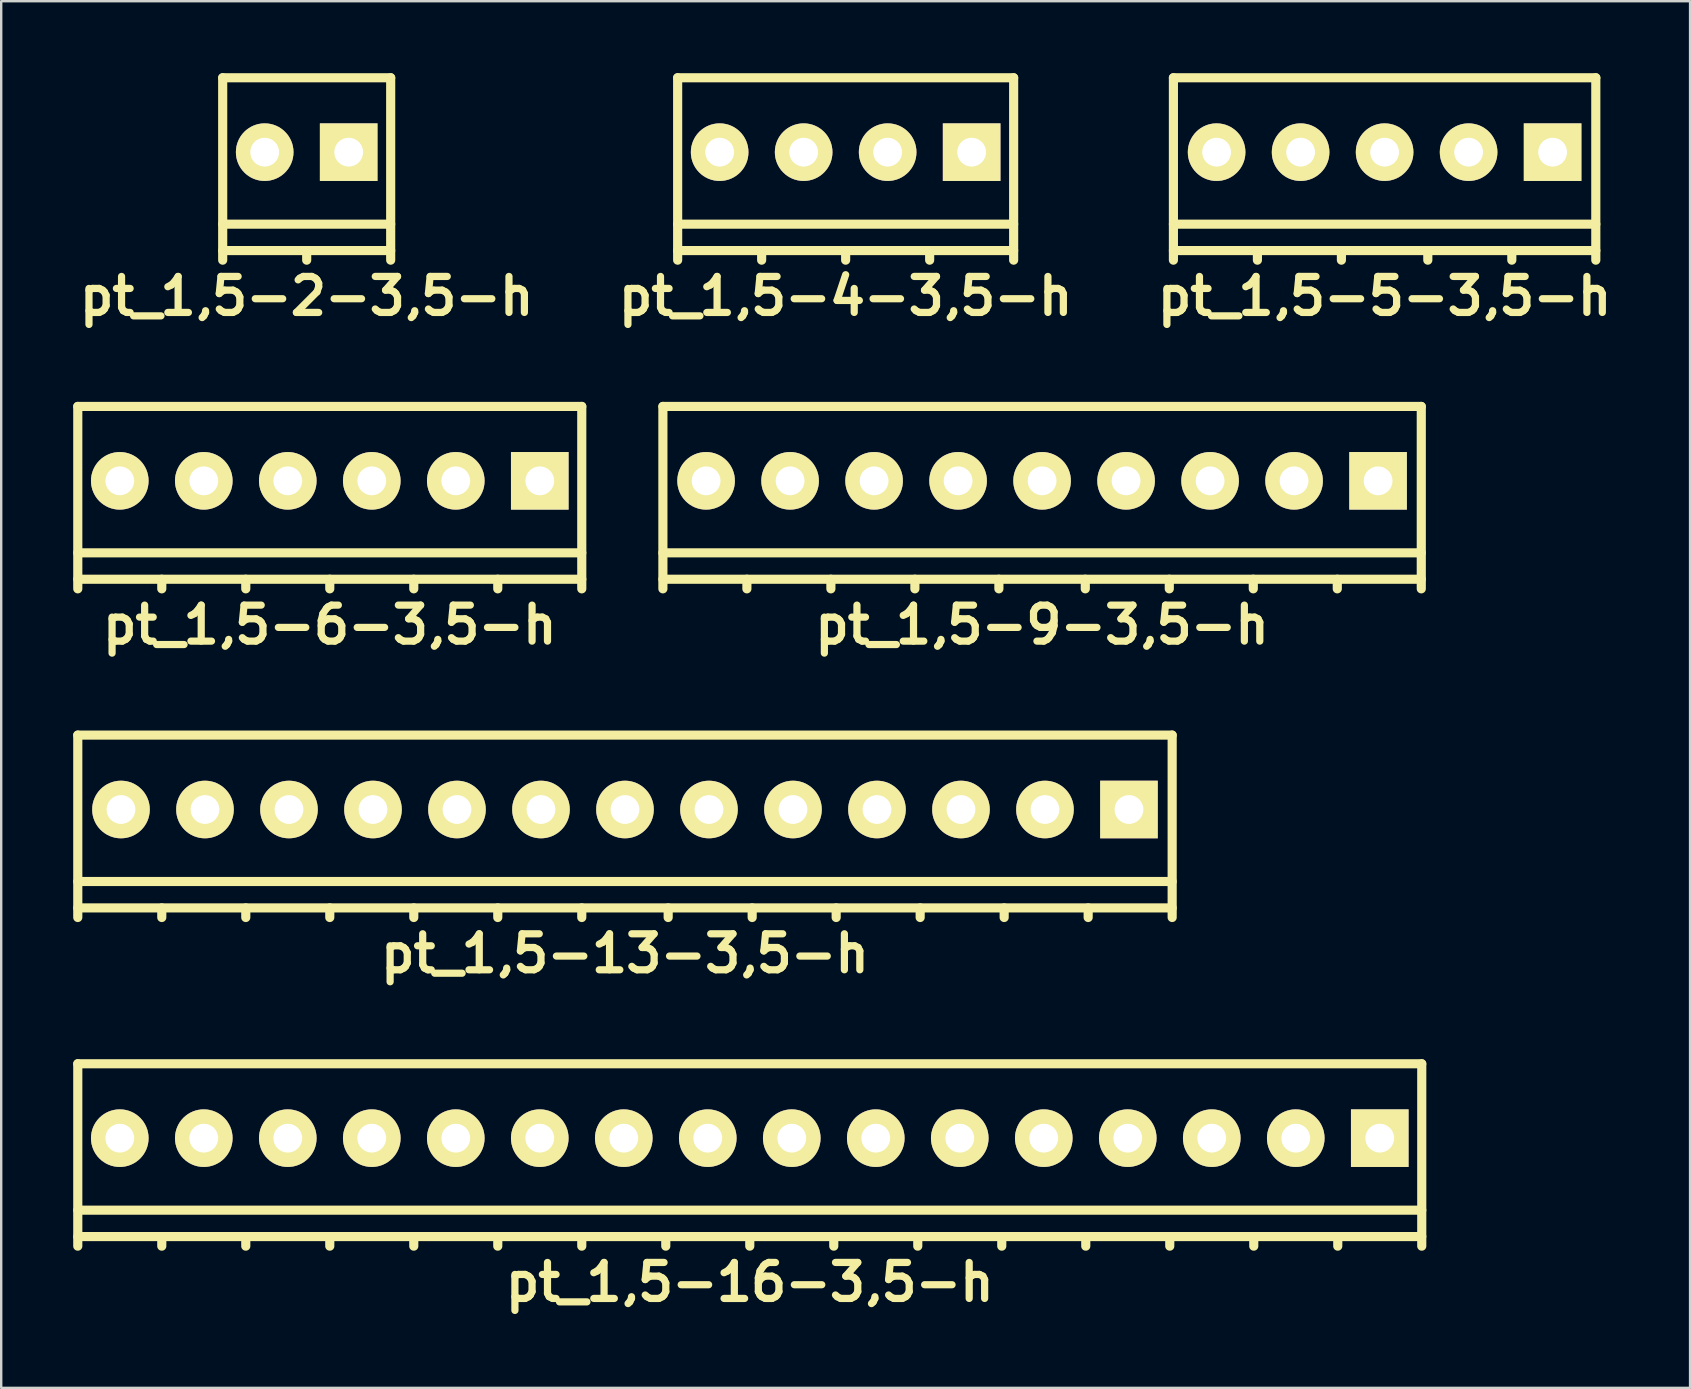
<source format=kicad_pcb>
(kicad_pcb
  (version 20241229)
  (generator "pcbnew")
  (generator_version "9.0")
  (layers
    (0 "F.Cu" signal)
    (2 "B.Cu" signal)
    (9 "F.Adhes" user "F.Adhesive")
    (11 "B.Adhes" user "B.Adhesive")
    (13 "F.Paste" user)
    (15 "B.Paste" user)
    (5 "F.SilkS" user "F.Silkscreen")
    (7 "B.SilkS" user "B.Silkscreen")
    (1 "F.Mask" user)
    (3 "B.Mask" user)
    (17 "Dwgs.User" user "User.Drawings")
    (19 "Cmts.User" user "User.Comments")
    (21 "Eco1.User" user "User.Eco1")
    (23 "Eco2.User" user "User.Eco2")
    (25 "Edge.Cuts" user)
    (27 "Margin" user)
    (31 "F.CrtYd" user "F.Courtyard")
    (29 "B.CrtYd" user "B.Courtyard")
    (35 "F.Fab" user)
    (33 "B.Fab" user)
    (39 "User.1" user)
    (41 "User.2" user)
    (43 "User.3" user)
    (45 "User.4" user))
  (footprint "pt_1,5-4-3,5-h"
    (layer "F.Cu")
    (at 32.186 3.99)
    (property "Reference" "pt_1,5-4-3,5-h" (at 0 5.3 0) (layer "F.SilkS") (effects (font (size 1.5 1.5) (thickness 0.3))))
    (attr through_hole)
    (fp_line (start -7 -3.8) (end -7 3.8) (stroke (width 0.381) (type solid)) (layer "F.SilkS"))
    (fp_line (start -7 2.3) (end 7 2.3) (stroke (width 0.381) (type solid)) (layer "F.SilkS"))
    (fp_line (start -7 3.4) (end 7 3.4) (stroke (width 0.381) (type solid)) (layer "F.SilkS"))
    (fp_line (start -3.5 3.4) (end -3.5 3.8) (stroke (width 0.381) (type solid)) (layer "F.SilkS"))
    (fp_line (start 0 3.4) (end 0 3.8) (stroke (width 0.381) (type solid)) (layer "F.SilkS"))
    (fp_line (start 3.5 3.4) (end 3.5 3.8) (stroke (width 0.381) (type solid)) (layer "F.SilkS"))
    (fp_line (start 7 -3.8) (end -7 -3.8) (stroke (width 0.381) (type solid)) (layer "F.SilkS"))
    (fp_line (start 7 3.8) (end 7 -3.8) (stroke (width 0.381) (type solid)) (layer "F.SilkS"))
    (pad "1" thru_hole rect (at 5.25 -0.7) (size 2.4 2.4) (drill 1.2) (layers "*.Cu" "*.Mask" "F.SilkS"))
    (pad "2" thru_hole circle (at 1.75 -0.7) (size 2.4 2.4) (drill 1.2) (layers "*.Cu" "*.Mask" "F.SilkS"))
    (pad "3" thru_hole circle (at -1.75 -0.7) (size 2.4 2.4) (drill 1.2) (layers "*.Cu" "*.Mask" "F.SilkS"))
    (pad "4" thru_hole circle (at -5.25 -0.7) (size 2.4 2.4) (drill 1.2) (layers "*.Cu" "*.Mask" "F.SilkS")))
  (footprint "pt_1,5-13-3,5-h"
    (layer "F.Cu")
    (at 22.991 31.38)
    (property "Reference" "pt_1,5-13-3,5-h" (at 0 5.3 0) (layer "F.SilkS") (effects (font (size 1.5 1.5) (thickness 0.3))))
    (attr through_hole)
    (fp_line (start -22.8 -3.8) (end -22.8 3.8) (stroke (width 0.381) (type solid)) (layer "F.SilkS"))
    (fp_line (start -22.8 2.3) (end 22.8 2.3) (stroke (width 0.381) (type solid)) (layer "F.SilkS"))
    (fp_line (start -22.8 3.4) (end 22.8 3.4) (stroke (width 0.381) (type solid)) (layer "F.SilkS"))
    (fp_line (start -19.3 3.4) (end -19.3 3.8) (stroke (width 0.381) (type solid)) (layer "F.SilkS"))
    (fp_line (start -15.8 3.4) (end -15.8 3.8) (stroke (width 0.381) (type solid)) (layer "F.SilkS"))
    (fp_line (start -12.3 3.4) (end -12.3 3.8) (stroke (width 0.381) (type solid)) (layer "F.SilkS"))
    (fp_line (start -8.8 3.4) (end -8.8 3.8) (stroke (width 0.381) (type solid)) (layer "F.SilkS"))
    (fp_line (start -5.3 3.4) (end -5.3 3.8) (stroke (width 0.381) (type solid)) (layer "F.SilkS"))
    (fp_line (start -1.8 3.4) (end -1.8 3.8) (stroke (width 0.381) (type solid)) (layer "F.SilkS"))
    (fp_line (start 1.8 3.4) (end 1.8 3.8) (stroke (width 0.381) (type solid)) (layer "F.SilkS"))
    (fp_line (start 5.3 3.4) (end 5.3 3.8) (stroke (width 0.381) (type solid)) (layer "F.SilkS"))
    (fp_line (start 8.8 3.4) (end 8.8 3.8) (stroke (width 0.381) (type solid)) (layer "F.SilkS"))
    (fp_line (start 12.3 3.4) (end 12.3 3.8) (stroke (width 0.381) (type solid)) (layer "F.SilkS"))
    (fp_line (start 15.8 3.4) (end 15.8 3.8) (stroke (width 0.381) (type solid)) (layer "F.SilkS"))
    (fp_line (start 19.3 3.4) (end 19.3 3.8) (stroke (width 0.381) (type solid)) (layer "F.SilkS"))
    (fp_line (start 22.8 -3.8) (end -22.8 -3.8) (stroke (width 0.381) (type solid)) (layer "F.SilkS"))
    (fp_line (start 22.8 3.8) (end 22.8 -3.8) (stroke (width 0.381) (type solid)) (layer "F.SilkS"))
    (pad "1" thru_hole rect (at 21 -0.7) (size 2.4 2.4) (drill 1.2) (layers "*.Cu" "*.Mask" "F.SilkS"))
    (pad "2" thru_hole circle (at 17.5 -0.7) (size 2.4 2.4) (drill 1.2) (layers "*.Cu" "*.Mask" "F.SilkS"))
    (pad "3" thru_hole circle (at 14 -0.7) (size 2.4 2.4) (drill 1.2) (layers "*.Cu" "*.Mask" "F.SilkS"))
    (pad "4" thru_hole circle (at 10.5 -0.7) (size 2.4 2.4) (drill 1.2) (layers "*.Cu" "*.Mask" "F.SilkS"))
    (pad "5" thru_hole circle (at 7 -0.7) (size 2.4 2.4) (drill 1.2) (layers "*.Cu" "*.Mask" "F.SilkS"))
    (pad "6" thru_hole circle (at 3.5 -0.7) (size 2.4 2.4) (drill 1.2) (layers "*.Cu" "*.Mask" "F.SilkS"))
    (pad "7" thru_hole circle (at 0 -0.7) (size 2.4 2.4) (drill 1.2) (layers "*.Cu" "*.Mask" "F.SilkS"))
    (pad "8" thru_hole circle (at -3.5 -0.7) (size 2.4 2.4) (drill 1.2) (layers "*.Cu" "*.Mask" "F.SilkS"))
    (pad "9" thru_hole circle (at -7 -0.7) (size 2.4 2.4) (drill 1.2) (layers "*.Cu" "*.Mask" "F.SilkS"))
    (pad "10" thru_hole circle (at -10.5 -0.7) (size 2.4 2.4) (drill 1.2) (layers "*.Cu" "*.Mask" "F.SilkS"))
    (pad "11" thru_hole circle (at -14 -0.7) (size 2.4 2.4) (drill 1.2) (layers "*.Cu" "*.Mask" "F.SilkS"))
    (pad "12" thru_hole circle (at -17.5 -0.7) (size 2.4 2.4) (drill 1.2) (layers "*.Cu" "*.Mask" "F.SilkS"))
    (pad "13" thru_hole circle (at -21 -0.7) (size 2.4 2.4) (drill 1.2) (layers "*.Cu" "*.Mask" "F.SilkS")))
  (footprint "pt_1,5-16-3,5-h"
    (layer "F.Cu")
    (at 28.191 45.074)
    (property "Reference" "pt_1,5-16-3,5-h" (at 0 5.3 0) (layer "F.SilkS") (effects (font (size 1.5 1.5) (thickness 0.3))))
    (attr through_hole)
    (fp_line (start -28 -3.8) (end -28 3.8) (stroke (width 0.381) (type solid)) (layer "F.SilkS"))
    (fp_line (start -28 2.3) (end 28 2.3) (stroke (width 0.381) (type solid)) (layer "F.SilkS"))
    (fp_line (start -28 3.4) (end 28 3.4) (stroke (width 0.381) (type solid)) (layer "F.SilkS"))
    (fp_line (start -24.5 3.4) (end -24.5 3.8) (stroke (width 0.381) (type solid)) (layer "F.SilkS"))
    (fp_line (start -21 3.4) (end -21 3.8) (stroke (width 0.381) (type solid)) (layer "F.SilkS"))
    (fp_line (start -17.5 3.4) (end -17.5 3.8) (stroke (width 0.381) (type solid)) (layer "F.SilkS"))
    (fp_line (start -14 3.4) (end -14 3.8) (stroke (width 0.381) (type solid)) (layer "F.SilkS"))
    (fp_line (start -10.5 3.4) (end -10.5 3.8) (stroke (width 0.381) (type solid)) (layer "F.SilkS"))
    (fp_line (start -7 3.4) (end -7 3.8) (stroke (width 0.381) (type solid)) (layer "F.SilkS"))
    (fp_line (start -3.5 3.4) (end -3.5 3.8) (stroke (width 0.381) (type solid)) (layer "F.SilkS"))
    (fp_line (start 0 3.4) (end 0 3.8) (stroke (width 0.381) (type solid)) (layer "F.SilkS"))
    (fp_line (start 3.5 3.4) (end 3.5 3.8) (stroke (width 0.381) (type solid)) (layer "F.SilkS"))
    (fp_line (start 7 3.4) (end 7 3.8) (stroke (width 0.381) (type solid)) (layer "F.SilkS"))
    (fp_line (start 10.5 3.4) (end 10.5 3.8) (stroke (width 0.381) (type solid)) (layer "F.SilkS"))
    (fp_line (start 14 3.4) (end 14 3.8) (stroke (width 0.381) (type solid)) (layer "F.SilkS"))
    (fp_line (start 17.5 3.4) (end 17.5 3.8) (stroke (width 0.381) (type solid)) (layer "F.SilkS"))
    (fp_line (start 21 3.4) (end 21 3.8) (stroke (width 0.381) (type solid)) (layer "F.SilkS"))
    (fp_line (start 24.5 3.4) (end 24.5 3.8) (stroke (width 0.381) (type solid)) (layer "F.SilkS"))
    (fp_line (start 28 -3.8) (end -28 -3.8) (stroke (width 0.381) (type solid)) (layer "F.SilkS"))
    (fp_line (start 28 3.8) (end 28 -3.8) (stroke (width 0.381) (type solid)) (layer "F.SilkS"))
    (pad "1" thru_hole rect (at 26.25 -0.7) (size 2.4 2.4) (drill 1.2) (layers "*.Cu" "*.Mask" "F.SilkS"))
    (pad "2" thru_hole circle (at 22.75 -0.7) (size 2.4 2.4) (drill 1.2) (layers "*.Cu" "*.Mask" "F.SilkS"))
    (pad "3" thru_hole circle (at 19.25 -0.7) (size 2.4 2.4) (drill 1.2) (layers "*.Cu" "*.Mask" "F.SilkS"))
    (pad "4" thru_hole circle (at 15.75 -0.7) (size 2.4 2.4) (drill 1.2) (layers "*.Cu" "*.Mask" "F.SilkS"))
    (pad "5" thru_hole circle (at 12.25 -0.7) (size 2.4 2.4) (drill 1.2) (layers "*.Cu" "*.Mask" "F.SilkS"))
    (pad "6" thru_hole circle (at 8.75 -0.7) (size 2.4 2.4) (drill 1.2) (layers "*.Cu" "*.Mask" "F.SilkS"))
    (pad "7" thru_hole circle (at 5.25 -0.7) (size 2.4 2.4) (drill 1.2) (layers "*.Cu" "*.Mask" "F.SilkS"))
    (pad "8" thru_hole circle (at 1.75 -0.7) (size 2.4 2.4) (drill 1.2) (layers "*.Cu" "*.Mask" "F.SilkS"))
    (pad "9" thru_hole circle (at -1.75 -0.7) (size 2.4 2.4) (drill 1.2) (layers "*.Cu" "*.Mask" "F.SilkS"))
    (pad "10" thru_hole circle (at -5.25 -0.7) (size 2.4 2.4) (drill 1.2) (layers "*.Cu" "*.Mask" "F.SilkS"))
    (pad "11" thru_hole circle (at -8.75 -0.7) (size 2.4 2.4) (drill 1.2) (layers "*.Cu" "*.Mask" "F.SilkS"))
    (pad "12" thru_hole circle (at -12.25 -0.7) (size 2.4 2.4) (drill 1.2) (layers "*.Cu" "*.Mask" "F.SilkS"))
    (pad "13" thru_hole circle (at -15.75 -0.7) (size 2.4 2.4) (drill 1.2) (layers "*.Cu" "*.Mask" "F.SilkS"))
    (pad "14" thru_hole circle (at -19.25 -0.7) (size 2.4 2.4) (drill 1.2) (layers "*.Cu" "*.Mask" "F.SilkS"))
    (pad "15" thru_hole circle (at -22.75 -0.7) (size 2.4 2.4) (drill 1.2) (layers "*.Cu" "*.Mask" "F.SilkS"))
    (pad "16" thru_hole circle (at -26.25 -0.7) (size 2.4 2.4) (drill 1.2) (layers "*.Cu" "*.Mask" "F.SilkS")))
  (footprint "pt_1,5-9-3,5-h"
    (layer "F.Cu")
    (at 40.371 17.685)
    (property "Reference" "pt_1,5-9-3,5-h" (at 0 5.3 0) (layer "F.SilkS") (effects (font (size 1.5 1.5) (thickness 0.3))))
    (attr through_hole)
    (fp_line (start -15.8 -3.8) (end -15.8 3.8) (stroke (width 0.381) (type solid)) (layer "F.SilkS"))
    (fp_line (start -15.8 2.3) (end 15.8 2.3) (stroke (width 0.381) (type solid)) (layer "F.SilkS"))
    (fp_line (start -15.8 3.4) (end 15.8 3.4) (stroke (width 0.381) (type solid)) (layer "F.SilkS"))
    (fp_line (start -12.3 3.4) (end -12.3 3.8) (stroke (width 0.381) (type solid)) (layer "F.SilkS"))
    (fp_line (start -8.8 3.4) (end -8.8 3.8) (stroke (width 0.381) (type solid)) (layer "F.SilkS"))
    (fp_line (start -5.3 3.4) (end -5.3 3.8) (stroke (width 0.381) (type solid)) (layer "F.SilkS"))
    (fp_line (start -1.8 3.4) (end -1.8 3.8) (stroke (width 0.381) (type solid)) (layer "F.SilkS"))
    (fp_line (start 1.8 3.4) (end 1.8 3.8) (stroke (width 0.381) (type solid)) (layer "F.SilkS"))
    (fp_line (start 5.3 3.4) (end 5.3 3.8) (stroke (width 0.381) (type solid)) (layer "F.SilkS"))
    (fp_line (start 8.8 3.4) (end 8.8 3.8) (stroke (width 0.381) (type solid)) (layer "F.SilkS"))
    (fp_line (start 12.3 3.4) (end 12.3 3.8) (stroke (width 0.381) (type solid)) (layer "F.SilkS"))
    (fp_line (start 15.8 -3.8) (end -15.8 -3.8) (stroke (width 0.381) (type solid)) (layer "F.SilkS"))
    (fp_line (start 15.8 3.8) (end 15.8 -3.8) (stroke (width 0.381) (type solid)) (layer "F.SilkS"))
    (pad "1" thru_hole rect (at 14 -0.7) (size 2.4 2.4) (drill 1.2) (layers "*.Cu" "*.Mask" "F.SilkS"))
    (pad "2" thru_hole circle (at 10.5 -0.7) (size 2.4 2.4) (drill 1.2) (layers "*.Cu" "*.Mask" "F.SilkS"))
    (pad "3" thru_hole circle (at 7 -0.7) (size 2.4 2.4) (drill 1.2) (layers "*.Cu" "*.Mask" "F.SilkS"))
    (pad "4" thru_hole circle (at 3.5 -0.7) (size 2.4 2.4) (drill 1.2) (layers "*.Cu" "*.Mask" "F.SilkS"))
    (pad "5" thru_hole circle (at 0 -0.7) (size 2.4 2.4) (drill 1.2) (layers "*.Cu" "*.Mask" "F.SilkS"))
    (pad "6" thru_hole circle (at -3.5 -0.7) (size 2.4 2.4) (drill 1.2) (layers "*.Cu" "*.Mask" "F.SilkS"))
    (pad "7" thru_hole circle (at -7 -0.7) (size 2.4 2.4) (drill 1.2) (layers "*.Cu" "*.Mask" "F.SilkS"))
    (pad "8" thru_hole circle (at -10.5 -0.7) (size 2.4 2.4) (drill 1.2) (layers "*.Cu" "*.Mask" "F.SilkS"))
    (pad "9" thru_hole circle (at -14 -0.7) (size 2.4 2.4) (drill 1.2) (layers "*.Cu" "*.Mask" "F.SilkS")))
  (footprint "pt_1,5-2-3,5-h"
    (layer "F.Cu")
    (at 9.729 3.99)
    (property "Reference" "pt_1,5-2-3,5-h" (at 0 5.3 0) (layer "F.SilkS") (effects (font (size 1.5 1.5) (thickness 0.3))))
    (attr through_hole)
    (fp_line (start -3.5 -3.8) (end -3.5 3.8) (stroke (width 0.381) (type solid)) (layer "F.SilkS"))
    (fp_line (start -3.5 2.3) (end 3.5 2.3) (stroke (width 0.381) (type solid)) (layer "F.SilkS"))
    (fp_line (start -3.5 3.4) (end 3.5 3.4) (stroke (width 0.381) (type solid)) (layer "F.SilkS"))
    (fp_line (start 0 3.4) (end 0 3.8) (stroke (width 0.381) (type solid)) (layer "F.SilkS"))
    (fp_line (start 3.5 -3.8) (end -3.5 -3.8) (stroke (width 0.381) (type solid)) (layer "F.SilkS"))
    (fp_line (start 3.5 3.8) (end 3.5 -3.8) (stroke (width 0.381) (type solid)) (layer "F.SilkS"))
    (pad "1" thru_hole rect (at 1.75 -0.7) (size 2.4 2.4) (drill 1.2) (layers "*.Cu" "*.Mask" "F.SilkS"))
    (pad "2" thru_hole circle (at -1.75 -0.7) (size 2.4 2.4) (drill 1.2) (layers "*.Cu" "*.Mask" "F.SilkS")))
  (footprint "pt_1,5-6-3,5-h"
    (layer "F.Cu")
    (at 10.691 17.685)
    (property "Reference" "pt_1,5-6-3,5-h" (at 0 5.3 0) (layer "F.SilkS") (effects (font (size 1.5 1.5) (thickness 0.3))))
    (attr through_hole)
    (fp_line (start -10.5 -3.8) (end -10.5 3.8) (stroke (width 0.381) (type solid)) (layer "F.SilkS"))
    (fp_line (start -10.5 2.3) (end 10.5 2.3) (stroke (width 0.381) (type solid)) (layer "F.SilkS"))
    (fp_line (start -10.5 3.4) (end 10.5 3.4) (stroke (width 0.381) (type solid)) (layer "F.SilkS"))
    (fp_line (start -7 3.4) (end -7 3.8) (stroke (width 0.381) (type solid)) (layer "F.SilkS"))
    (fp_line (start -3.5 3.4) (end -3.5 3.8) (stroke (width 0.381) (type solid)) (layer "F.SilkS"))
    (fp_line (start 0 3.4) (end 0 3.8) (stroke (width 0.381) (type solid)) (layer "F.SilkS"))
    (fp_line (start 3.5 3.4) (end 3.5 3.8) (stroke (width 0.381) (type solid)) (layer "F.SilkS"))
    (fp_line (start 7 3.4) (end 7 3.8) (stroke (width 0.381) (type solid)) (layer "F.SilkS"))
    (fp_line (start 10.5 -3.8) (end -10.5 -3.8) (stroke (width 0.381) (type solid)) (layer "F.SilkS"))
    (fp_line (start 10.5 3.8) (end 10.5 -3.8) (stroke (width 0.381) (type solid)) (layer "F.SilkS"))
    (pad "1" thru_hole rect (at 8.75 -0.7) (size 2.4 2.4) (drill 1.2) (layers "*.Cu" "*.Mask" "F.SilkS"))
    (pad "2" thru_hole circle (at 5.25 -0.7) (size 2.4 2.4) (drill 1.2) (layers "*.Cu" "*.Mask" "F.SilkS"))
    (pad "3" thru_hole circle (at 1.75 -0.7) (size 2.4 2.4) (drill 1.2) (layers "*.Cu" "*.Mask" "F.SilkS"))
    (pad "4" thru_hole circle (at -1.75 -0.7) (size 2.4 2.4) (drill 1.2) (layers "*.Cu" "*.Mask" "F.SilkS"))
    (pad "5" thru_hole circle (at -5.25 -0.7) (size 2.4 2.4) (drill 1.2) (layers "*.Cu" "*.Mask" "F.SilkS"))
    (pad "6" thru_hole circle (at -8.75 -0.7) (size 2.4 2.4) (drill 1.2) (layers "*.Cu" "*.Mask" "F.SilkS")))
  (footprint "pt_1,5-5-3,5-h"
    (layer "F.Cu")
    (at 54.643 3.99)
    (property "Reference" "pt_1,5-5-3,5-h" (at 0 5.3 0) (layer "F.SilkS") (effects (font (size 1.5 1.5) (thickness 0.3))))
    (attr through_hole)
    (fp_line (start -8.8 -3.8) (end -8.8 3.8) (stroke (width 0.381) (type solid)) (layer "F.SilkS"))
    (fp_line (start -8.8 2.3) (end 8.8 2.3) (stroke (width 0.381) (type solid)) (layer "F.SilkS"))
    (fp_line (start -8.8 3.4) (end 8.8 3.4) (stroke (width 0.381) (type solid)) (layer "F.SilkS"))
    (fp_line (start -5.3 3.4) (end -5.3 3.8) (stroke (width 0.381) (type solid)) (layer "F.SilkS"))
    (fp_line (start -1.8 3.4) (end -1.8 3.8) (stroke (width 0.381) (type solid)) (layer "F.SilkS"))
    (fp_line (start 1.8 3.4) (end 1.8 3.8) (stroke (width 0.381) (type solid)) (layer "F.SilkS"))
    (fp_line (start 5.3 3.4) (end 5.3 3.8) (stroke (width 0.381) (type solid)) (layer "F.SilkS"))
    (fp_line (start 8.8 -3.8) (end -8.8 -3.8) (stroke (width 0.381) (type solid)) (layer "F.SilkS"))
    (fp_line (start 8.8 3.8) (end 8.8 -3.8) (stroke (width 0.381) (type solid)) (layer "F.SilkS"))
    (pad "1" thru_hole rect (at 7 -0.7) (size 2.4 2.4) (drill 1.2) (layers "*.Cu" "*.Mask" "F.SilkS"))
    (pad "2" thru_hole circle (at 3.5 -0.7) (size 2.4 2.4) (drill 1.2) (layers "*.Cu" "*.Mask" "F.SilkS"))
    (pad "3" thru_hole circle (at 0 -0.7) (size 2.4 2.4) (drill 1.2) (layers "*.Cu" "*.Mask" "F.SilkS"))
    (pad "4" thru_hole circle (at -3.5 -0.7) (size 2.4 2.4) (drill 1.2) (layers "*.Cu" "*.Mask" "F.SilkS"))
    (pad "5" thru_hole circle (at -7 -0.7) (size 2.4 2.4) (drill 1.2) (layers "*.Cu" "*.Mask" "F.SilkS")))
  (gr_rect
    (start -3 -3)
    (end 67.371 54.778)
    (stroke (width 0.1) (type default))
    (fill no)
    (layer "Edge.Cuts")))
</source>
